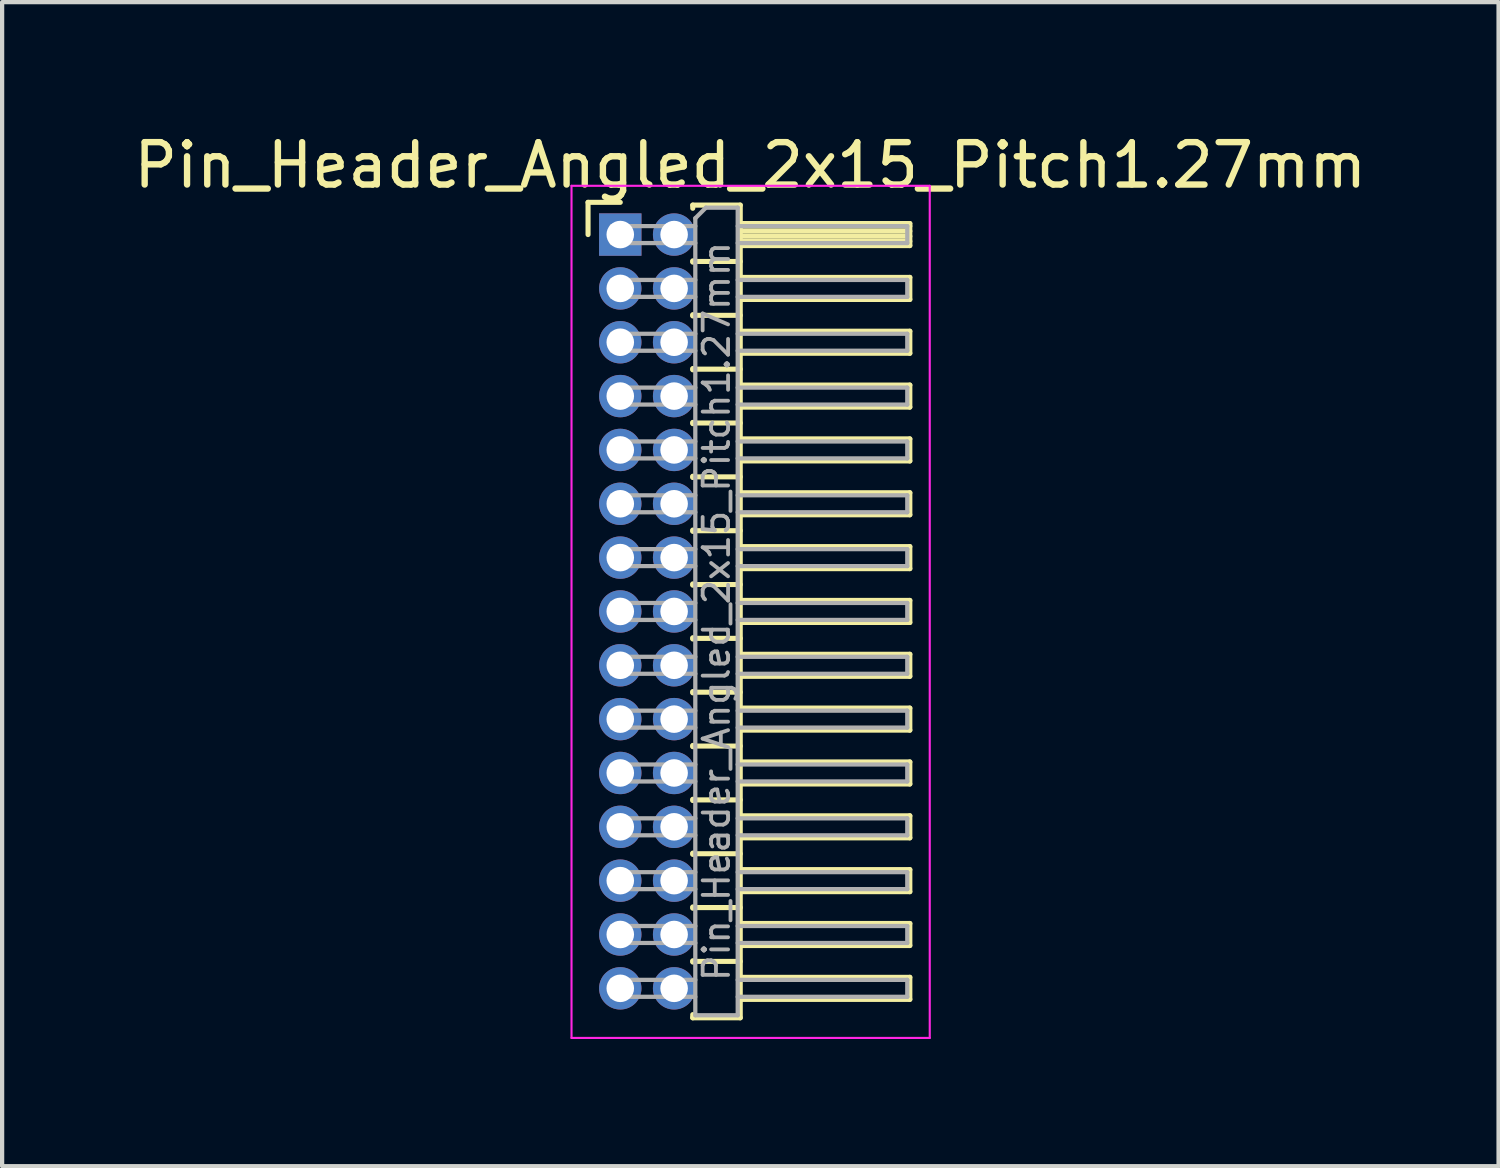
<source format=kicad_pcb>
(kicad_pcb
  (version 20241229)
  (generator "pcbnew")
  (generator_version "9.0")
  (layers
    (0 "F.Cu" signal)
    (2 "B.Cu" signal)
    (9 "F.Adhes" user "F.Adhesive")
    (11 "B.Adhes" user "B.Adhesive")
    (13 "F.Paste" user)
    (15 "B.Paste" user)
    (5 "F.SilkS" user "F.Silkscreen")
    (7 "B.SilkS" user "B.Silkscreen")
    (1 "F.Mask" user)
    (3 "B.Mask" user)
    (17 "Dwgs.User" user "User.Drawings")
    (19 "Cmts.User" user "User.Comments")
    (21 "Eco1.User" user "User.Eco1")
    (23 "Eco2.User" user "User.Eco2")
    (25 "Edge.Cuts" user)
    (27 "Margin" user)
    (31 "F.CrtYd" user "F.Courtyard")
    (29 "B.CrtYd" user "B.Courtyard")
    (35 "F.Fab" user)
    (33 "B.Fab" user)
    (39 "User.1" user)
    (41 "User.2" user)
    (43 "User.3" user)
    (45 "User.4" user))
  (footprint "Pin_Header_Angled_2x15_Pitch1.27mm"
    (layer "F.Cu")
    (at 11.581 2.483)
    (property "Reference" "Pin_Header_Angled_2x15_Pitch1.27mm" (at 3.067 -1.635 0) (layer "F.SilkS") (effects (font (size 1 1) (thickness 0.15))))
    (attr through_hole)
    (fp_line (start -0.76 -0.76) (end 0 -0.76) (stroke (width 0.12) (type solid)) (layer "F.SilkS"))
    (fp_line (start -0.76 0) (end -0.76 -0.76) (stroke (width 0.12) (type solid)) (layer "F.SilkS"))
    (fp_line (start 1.71 -0.695) (end 2.83 -0.695) (stroke (width 0.12) (type solid)) (layer "F.SilkS"))
    (fp_line (start 1.71 -0.62) (end 1.71 -0.695) (stroke (width 0.12) (type solid)) (layer "F.SilkS"))
    (fp_line (start 1.71 0.62) (end 1.71 0.65) (stroke (width 0.12) (type solid)) (layer "F.SilkS"))
    (fp_line (start 1.71 0.635) (end 2.83 0.635) (stroke (width 0.12) (type solid)) (layer "F.SilkS"))
    (fp_line (start 1.71 1.89) (end 1.71 1.92) (stroke (width 0.12) (type solid)) (layer "F.SilkS"))
    (fp_line (start 1.71 1.905) (end 2.83 1.905) (stroke (width 0.12) (type solid)) (layer "F.SilkS"))
    (fp_line (start 1.71 3.16) (end 1.71 3.19) (stroke (width 0.12) (type solid)) (layer "F.SilkS"))
    (fp_line (start 1.71 3.175) (end 2.83 3.175) (stroke (width 0.12) (type solid)) (layer "F.SilkS"))
    (fp_line (start 1.71 4.43) (end 1.71 4.46) (stroke (width 0.12) (type solid)) (layer "F.SilkS"))
    (fp_line (start 1.71 4.445) (end 2.83 4.445) (stroke (width 0.12) (type solid)) (layer "F.SilkS"))
    (fp_line (start 1.71 5.7) (end 1.71 5.73) (stroke (width 0.12) (type solid)) (layer "F.SilkS"))
    (fp_line (start 1.71 5.715) (end 2.83 5.715) (stroke (width 0.12) (type solid)) (layer "F.SilkS"))
    (fp_line (start 1.71 6.97) (end 1.71 7) (stroke (width 0.12) (type solid)) (layer "F.SilkS"))
    (fp_line (start 1.71 6.985) (end 2.83 6.985) (stroke (width 0.12) (type solid)) (layer "F.SilkS"))
    (fp_line (start 1.71 8.24) (end 1.71 8.27) (stroke (width 0.12) (type solid)) (layer "F.SilkS"))
    (fp_line (start 1.71 8.255) (end 2.83 8.255) (stroke (width 0.12) (type solid)) (layer "F.SilkS"))
    (fp_line (start 1.71 9.51) (end 1.71 9.54) (stroke (width 0.12) (type solid)) (layer "F.SilkS"))
    (fp_line (start 1.71 9.525) (end 2.83 9.525) (stroke (width 0.12) (type solid)) (layer "F.SilkS"))
    (fp_line (start 1.71 10.78) (end 1.71 10.81) (stroke (width 0.12) (type solid)) (layer "F.SilkS"))
    (fp_line (start 1.71 10.795) (end 2.83 10.795) (stroke (width 0.12) (type solid)) (layer "F.SilkS"))
    (fp_line (start 1.71 12.05) (end 1.71 12.08) (stroke (width 0.12) (type solid)) (layer "F.SilkS"))
    (fp_line (start 1.71 12.065) (end 2.83 12.065) (stroke (width 0.12) (type solid)) (layer "F.SilkS"))
    (fp_line (start 1.71 13.32) (end 1.71 13.35) (stroke (width 0.12) (type solid)) (layer "F.SilkS"))
    (fp_line (start 1.71 13.335) (end 2.83 13.335) (stroke (width 0.12) (type solid)) (layer "F.SilkS"))
    (fp_line (start 1.71 14.59) (end 1.71 14.62) (stroke (width 0.12) (type solid)) (layer "F.SilkS"))
    (fp_line (start 1.71 14.605) (end 2.83 14.605) (stroke (width 0.12) (type solid)) (layer "F.SilkS"))
    (fp_line (start 1.71 15.86) (end 1.71 15.89) (stroke (width 0.12) (type solid)) (layer "F.SilkS"))
    (fp_line (start 1.71 15.875) (end 2.83 15.875) (stroke (width 0.12) (type solid)) (layer "F.SilkS"))
    (fp_line (start 1.71 17.13) (end 1.71 17.16) (stroke (width 0.12) (type solid)) (layer "F.SilkS"))
    (fp_line (start 1.71 17.145) (end 2.83 17.145) (stroke (width 0.12) (type solid)) (layer "F.SilkS"))
    (fp_line (start 1.71 18.475) (end 1.71 18.4) (stroke (width 0.12) (type solid)) (layer "F.SilkS"))
    (fp_line (start 2.83 -0.695) (end 2.83 18.475) (stroke (width 0.12) (type solid)) (layer "F.SilkS"))
    (fp_line (start 2.83 -0.26) (end 6.83 -0.26) (stroke (width 0.12) (type solid)) (layer "F.SilkS"))
    (fp_line (start 2.83 -0.2) (end 6.83 -0.2) (stroke (width 0.12) (type solid)) (layer "F.SilkS"))
    (fp_line (start 2.83 -0.08) (end 6.83 -0.08) (stroke (width 0.12) (type solid)) (layer "F.SilkS"))
    (fp_line (start 2.83 0.04) (end 6.83 0.04) (stroke (width 0.12) (type solid)) (layer "F.SilkS"))
    (fp_line (start 2.83 0.16) (end 6.83 0.16) (stroke (width 0.12) (type solid)) (layer "F.SilkS"))
    (fp_line (start 2.83 1.01) (end 6.83 1.01) (stroke (width 0.12) (type solid)) (layer "F.SilkS"))
    (fp_line (start 2.83 2.28) (end 6.83 2.28) (stroke (width 0.12) (type solid)) (layer "F.SilkS"))
    (fp_line (start 2.83 3.55) (end 6.83 3.55) (stroke (width 0.12) (type solid)) (layer "F.SilkS"))
    (fp_line (start 2.83 4.82) (end 6.83 4.82) (stroke (width 0.12) (type solid)) (layer "F.SilkS"))
    (fp_line (start 2.83 6.09) (end 6.83 6.09) (stroke (width 0.12) (type solid)) (layer "F.SilkS"))
    (fp_line (start 2.83 7.36) (end 6.83 7.36) (stroke (width 0.12) (type solid)) (layer "F.SilkS"))
    (fp_line (start 2.83 8.63) (end 6.83 8.63) (stroke (width 0.12) (type solid)) (layer "F.SilkS"))
    (fp_line (start 2.83 9.9) (end 6.83 9.9) (stroke (width 0.12) (type solid)) (layer "F.SilkS"))
    (fp_line (start 2.83 11.17) (end 6.83 11.17) (stroke (width 0.12) (type solid)) (layer "F.SilkS"))
    (fp_line (start 2.83 12.44) (end 6.83 12.44) (stroke (width 0.12) (type solid)) (layer "F.SilkS"))
    (fp_line (start 2.83 13.71) (end 6.83 13.71) (stroke (width 0.12) (type solid)) (layer "F.SilkS"))
    (fp_line (start 2.83 14.98) (end 6.83 14.98) (stroke (width 0.12) (type solid)) (layer "F.SilkS"))
    (fp_line (start 2.83 16.25) (end 6.83 16.25) (stroke (width 0.12) (type solid)) (layer "F.SilkS"))
    (fp_line (start 2.83 17.52) (end 6.83 17.52) (stroke (width 0.12) (type solid)) (layer "F.SilkS"))
    (fp_line (start 2.83 18.475) (end 1.71 18.475) (stroke (width 0.12) (type solid)) (layer "F.SilkS"))
    (fp_line (start 6.83 -0.26) (end 6.83 0.26) (stroke (width 0.12) (type solid)) (layer "F.SilkS"))
    (fp_line (start 6.83 0.26) (end 2.83 0.26) (stroke (width 0.12) (type solid)) (layer "F.SilkS"))
    (fp_line (start 6.83 1.01) (end 6.83 1.53) (stroke (width 0.12) (type solid)) (layer "F.SilkS"))
    (fp_line (start 6.83 1.53) (end 2.83 1.53) (stroke (width 0.12) (type solid)) (layer "F.SilkS"))
    (fp_line (start 6.83 2.28) (end 6.83 2.8) (stroke (width 0.12) (type solid)) (layer "F.SilkS"))
    (fp_line (start 6.83 2.8) (end 2.83 2.8) (stroke (width 0.12) (type solid)) (layer "F.SilkS"))
    (fp_line (start 6.83 3.55) (end 6.83 4.07) (stroke (width 0.12) (type solid)) (layer "F.SilkS"))
    (fp_line (start 6.83 4.07) (end 2.83 4.07) (stroke (width 0.12) (type solid)) (layer "F.SilkS"))
    (fp_line (start 6.83 4.82) (end 6.83 5.34) (stroke (width 0.12) (type solid)) (layer "F.SilkS"))
    (fp_line (start 6.83 5.34) (end 2.83 5.34) (stroke (width 0.12) (type solid)) (layer "F.SilkS"))
    (fp_line (start 6.83 6.09) (end 6.83 6.61) (stroke (width 0.12) (type solid)) (layer "F.SilkS"))
    (fp_line (start 6.83 6.61) (end 2.83 6.61) (stroke (width 0.12) (type solid)) (layer "F.SilkS"))
    (fp_line (start 6.83 7.36) (end 6.83 7.88) (stroke (width 0.12) (type solid)) (layer "F.SilkS"))
    (fp_line (start 6.83 7.88) (end 2.83 7.88) (stroke (width 0.12) (type solid)) (layer "F.SilkS"))
    (fp_line (start 6.83 8.63) (end 6.83 9.15) (stroke (width 0.12) (type solid)) (layer "F.SilkS"))
    (fp_line (start 6.83 9.15) (end 2.83 9.15) (stroke (width 0.12) (type solid)) (layer "F.SilkS"))
    (fp_line (start 6.83 9.9) (end 6.83 10.42) (stroke (width 0.12) (type solid)) (layer "F.SilkS"))
    (fp_line (start 6.83 10.42) (end 2.83 10.42) (stroke (width 0.12) (type solid)) (layer "F.SilkS"))
    (fp_line (start 6.83 11.17) (end 6.83 11.69) (stroke (width 0.12) (type solid)) (layer "F.SilkS"))
    (fp_line (start 6.83 11.69) (end 2.83 11.69) (stroke (width 0.12) (type solid)) (layer "F.SilkS"))
    (fp_line (start 6.83 12.44) (end 6.83 12.96) (stroke (width 0.12) (type solid)) (layer "F.SilkS"))
    (fp_line (start 6.83 12.96) (end 2.83 12.96) (stroke (width 0.12) (type solid)) (layer "F.SilkS"))
    (fp_line (start 6.83 13.71) (end 6.83 14.23) (stroke (width 0.12) (type solid)) (layer "F.SilkS"))
    (fp_line (start 6.83 14.23) (end 2.83 14.23) (stroke (width 0.12) (type solid)) (layer "F.SilkS"))
    (fp_line (start 6.83 14.98) (end 6.83 15.5) (stroke (width 0.12) (type solid)) (layer "F.SilkS"))
    (fp_line (start 6.83 15.5) (end 2.83 15.5) (stroke (width 0.12) (type solid)) (layer "F.SilkS"))
    (fp_line (start 6.83 16.25) (end 6.83 16.77) (stroke (width 0.12) (type solid)) (layer "F.SilkS"))
    (fp_line (start 6.83 16.77) (end 2.83 16.77) (stroke (width 0.12) (type solid)) (layer "F.SilkS"))
    (fp_line (start 6.83 17.52) (end 6.83 18.04) (stroke (width 0.12) (type solid)) (layer "F.SilkS"))
    (fp_line (start 6.83 18.04) (end 2.83 18.04) (stroke (width 0.12) (type solid)) (layer "F.SilkS"))
    (fp_line (start -1.15 -1.15) (end -1.15 18.95) (stroke (width 0.05) (type solid)) (layer "F.CrtYd"))
    (fp_line (start -1.15 18.95) (end 7.3 18.95) (stroke (width 0.05) (type solid)) (layer "F.CrtYd"))
    (fp_line (start 7.3 -1.15) (end -1.15 -1.15) (stroke (width 0.05) (type solid)) (layer "F.CrtYd"))
    (fp_line (start 7.3 18.95) (end 7.3 -1.15) (stroke (width 0.05) (type solid)) (layer "F.CrtYd"))
    (fp_line (start -0.2 -0.2) (end -0.2 0.2) (stroke (width 0.1) (type solid)) (layer "F.Fab"))
    (fp_line (start -0.2 -0.2) (end 1.77 -0.2) (stroke (width 0.1) (type solid)) (layer "F.Fab"))
    (fp_line (start -0.2 0.2) (end 1.77 0.2) (stroke (width 0.1) (type solid)) (layer "F.Fab"))
    (fp_line (start -0.2 1.07) (end -0.2 1.47) (stroke (width 0.1) (type solid)) (layer "F.Fab"))
    (fp_line (start -0.2 1.07) (end 1.77 1.07) (stroke (width 0.1) (type solid)) (layer "F.Fab"))
    (fp_line (start -0.2 1.47) (end 1.77 1.47) (stroke (width 0.1) (type solid)) (layer "F.Fab"))
    (fp_line (start -0.2 2.34) (end -0.2 2.74) (stroke (width 0.1) (type solid)) (layer "F.Fab"))
    (fp_line (start -0.2 2.34) (end 1.77 2.34) (stroke (width 0.1) (type solid)) (layer "F.Fab"))
    (fp_line (start -0.2 2.74) (end 1.77 2.74) (stroke (width 0.1) (type solid)) (layer "F.Fab"))
    (fp_line (start -0.2 3.61) (end -0.2 4.01) (stroke (width 0.1) (type solid)) (layer "F.Fab"))
    (fp_line (start -0.2 3.61) (end 1.77 3.61) (stroke (width 0.1) (type solid)) (layer "F.Fab"))
    (fp_line (start -0.2 4.01) (end 1.77 4.01) (stroke (width 0.1) (type solid)) (layer "F.Fab"))
    (fp_line (start -0.2 4.88) (end -0.2 5.28) (stroke (width 0.1) (type solid)) (layer "F.Fab"))
    (fp_line (start -0.2 4.88) (end 1.77 4.88) (stroke (width 0.1) (type solid)) (layer "F.Fab"))
    (fp_line (start -0.2 5.28) (end 1.77 5.28) (stroke (width 0.1) (type solid)) (layer "F.Fab"))
    (fp_line (start -0.2 6.15) (end -0.2 6.55) (stroke (width 0.1) (type solid)) (layer "F.Fab"))
    (fp_line (start -0.2 6.15) (end 1.77 6.15) (stroke (width 0.1) (type solid)) (layer "F.Fab"))
    (fp_line (start -0.2 6.55) (end 1.77 6.55) (stroke (width 0.1) (type solid)) (layer "F.Fab"))
    (fp_line (start -0.2 7.42) (end -0.2 7.82) (stroke (width 0.1) (type solid)) (layer "F.Fab"))
    (fp_line (start -0.2 7.42) (end 1.77 7.42) (stroke (width 0.1) (type solid)) (layer "F.Fab"))
    (fp_line (start -0.2 7.82) (end 1.77 7.82) (stroke (width 0.1) (type solid)) (layer "F.Fab"))
    (fp_line (start -0.2 8.69) (end -0.2 9.09) (stroke (width 0.1) (type solid)) (layer "F.Fab"))
    (fp_line (start -0.2 8.69) (end 1.77 8.69) (stroke (width 0.1) (type solid)) (layer "F.Fab"))
    (fp_line (start -0.2 9.09) (end 1.77 9.09) (stroke (width 0.1) (type solid)) (layer "F.Fab"))
    (fp_line (start -0.2 9.96) (end -0.2 10.36) (stroke (width 0.1) (type solid)) (layer "F.Fab"))
    (fp_line (start -0.2 9.96) (end 1.77 9.96) (stroke (width 0.1) (type solid)) (layer "F.Fab"))
    (fp_line (start -0.2 10.36) (end 1.77 10.36) (stroke (width 0.1) (type solid)) (layer "F.Fab"))
    (fp_line (start -0.2 11.23) (end -0.2 11.63) (stroke (width 0.1) (type solid)) (layer "F.Fab"))
    (fp_line (start -0.2 11.23) (end 1.77 11.23) (stroke (width 0.1) (type solid)) (layer "F.Fab"))
    (fp_line (start -0.2 11.63) (end 1.77 11.63) (stroke (width 0.1) (type solid)) (layer "F.Fab"))
    (fp_line (start -0.2 12.5) (end -0.2 12.9) (stroke (width 0.1) (type solid)) (layer "F.Fab"))
    (fp_line (start -0.2 12.5) (end 1.77 12.5) (stroke (width 0.1) (type solid)) (layer "F.Fab"))
    (fp_line (start -0.2 12.9) (end 1.77 12.9) (stroke (width 0.1) (type solid)) (layer "F.Fab"))
    (fp_line (start -0.2 13.77) (end -0.2 14.17) (stroke (width 0.1) (type solid)) (layer "F.Fab"))
    (fp_line (start -0.2 13.77) (end 1.77 13.77) (stroke (width 0.1) (type solid)) (layer "F.Fab"))
    (fp_line (start -0.2 14.17) (end 1.77 14.17) (stroke (width 0.1) (type solid)) (layer "F.Fab"))
    (fp_line (start -0.2 15.04) (end -0.2 15.44) (stroke (width 0.1) (type solid)) (layer "F.Fab"))
    (fp_line (start -0.2 15.04) (end 1.77 15.04) (stroke (width 0.1) (type solid)) (layer "F.Fab"))
    (fp_line (start -0.2 15.44) (end 1.77 15.44) (stroke (width 0.1) (type solid)) (layer "F.Fab"))
    (fp_line (start -0.2 16.31) (end -0.2 16.71) (stroke (width 0.1) (type solid)) (layer "F.Fab"))
    (fp_line (start -0.2 16.31) (end 1.77 16.31) (stroke (width 0.1) (type solid)) (layer "F.Fab"))
    (fp_line (start -0.2 16.71) (end 1.77 16.71) (stroke (width 0.1) (type solid)) (layer "F.Fab"))
    (fp_line (start -0.2 17.58) (end -0.2 17.98) (stroke (width 0.1) (type solid)) (layer "F.Fab"))
    (fp_line (start -0.2 17.58) (end 1.77 17.58) (stroke (width 0.1) (type solid)) (layer "F.Fab"))
    (fp_line (start -0.2 17.98) (end 1.77 17.98) (stroke (width 0.1) (type solid)) (layer "F.Fab"))
    (fp_line (start 1.77 -0.385) (end 2.02 -0.635) (stroke (width 0.1) (type solid)) (layer "F.Fab"))
    (fp_line (start 1.77 18.415) (end 1.77 -0.385) (stroke (width 0.1) (type solid)) (layer "F.Fab"))
    (fp_line (start 2.02 -0.635) (end 2.77 -0.635) (stroke (width 0.1) (type solid)) (layer "F.Fab"))
    (fp_line (start 2.77 -0.635) (end 2.77 18.415) (stroke (width 0.1) (type solid)) (layer "F.Fab"))
    (fp_line (start 2.77 -0.2) (end 6.77 -0.2) (stroke (width 0.1) (type solid)) (layer "F.Fab"))
    (fp_line (start 2.77 0.2) (end 6.77 0.2) (stroke (width 0.1) (type solid)) (layer "F.Fab"))
    (fp_line (start 2.77 1.07) (end 6.77 1.07) (stroke (width 0.1) (type solid)) (layer "F.Fab"))
    (fp_line (start 2.77 1.47) (end 6.77 1.47) (stroke (width 0.1) (type solid)) (layer "F.Fab"))
    (fp_line (start 2.77 2.34) (end 6.77 2.34) (stroke (width 0.1) (type solid)) (layer "F.Fab"))
    (fp_line (start 2.77 2.74) (end 6.77 2.74) (stroke (width 0.1) (type solid)) (layer "F.Fab"))
    (fp_line (start 2.77 3.61) (end 6.77 3.61) (stroke (width 0.1) (type solid)) (layer "F.Fab"))
    (fp_line (start 2.77 4.01) (end 6.77 4.01) (stroke (width 0.1) (type solid)) (layer "F.Fab"))
    (fp_line (start 2.77 4.88) (end 6.77 4.88) (stroke (width 0.1) (type solid)) (layer "F.Fab"))
    (fp_line (start 2.77 5.28) (end 6.77 5.28) (stroke (width 0.1) (type solid)) (layer "F.Fab"))
    (fp_line (start 2.77 6.15) (end 6.77 6.15) (stroke (width 0.1) (type solid)) (layer "F.Fab"))
    (fp_line (start 2.77 6.55) (end 6.77 6.55) (stroke (width 0.1) (type solid)) (layer "F.Fab"))
    (fp_line (start 2.77 7.42) (end 6.77 7.42) (stroke (width 0.1) (type solid)) (layer "F.Fab"))
    (fp_line (start 2.77 7.82) (end 6.77 7.82) (stroke (width 0.1) (type solid)) (layer "F.Fab"))
    (fp_line (start 2.77 8.69) (end 6.77 8.69) (stroke (width 0.1) (type solid)) (layer "F.Fab"))
    (fp_line (start 2.77 9.09) (end 6.77 9.09) (stroke (width 0.1) (type solid)) (layer "F.Fab"))
    (fp_line (start 2.77 9.96) (end 6.77 9.96) (stroke (width 0.1) (type solid)) (layer "F.Fab"))
    (fp_line (start 2.77 10.36) (end 6.77 10.36) (stroke (width 0.1) (type solid)) (layer "F.Fab"))
    (fp_line (start 2.77 11.23) (end 6.77 11.23) (stroke (width 0.1) (type solid)) (layer "F.Fab"))
    (fp_line (start 2.77 11.63) (end 6.77 11.63) (stroke (width 0.1) (type solid)) (layer "F.Fab"))
    (fp_line (start 2.77 12.5) (end 6.77 12.5) (stroke (width 0.1) (type solid)) (layer "F.Fab"))
    (fp_line (start 2.77 12.9) (end 6.77 12.9) (stroke (width 0.1) (type solid)) (layer "F.Fab"))
    (fp_line (start 2.77 13.77) (end 6.77 13.77) (stroke (width 0.1) (type solid)) (layer "F.Fab"))
    (fp_line (start 2.77 14.17) (end 6.77 14.17) (stroke (width 0.1) (type solid)) (layer "F.Fab"))
    (fp_line (start 2.77 15.04) (end 6.77 15.04) (stroke (width 0.1) (type solid)) (layer "F.Fab"))
    (fp_line (start 2.77 15.44) (end 6.77 15.44) (stroke (width 0.1) (type solid)) (layer "F.Fab"))
    (fp_line (start 2.77 16.31) (end 6.77 16.31) (stroke (width 0.1) (type solid)) (layer "F.Fab"))
    (fp_line (start 2.77 16.71) (end 6.77 16.71) (stroke (width 0.1) (type solid)) (layer "F.Fab"))
    (fp_line (start 2.77 17.58) (end 6.77 17.58) (stroke (width 0.1) (type solid)) (layer "F.Fab"))
    (fp_line (start 2.77 17.98) (end 6.77 17.98) (stroke (width 0.1) (type solid)) (layer "F.Fab"))
    (fp_line (start 2.77 18.415) (end 1.77 18.415) (stroke (width 0.1) (type solid)) (layer "F.Fab"))
    (fp_line (start 6.77 -0.2) (end 6.77 0.2) (stroke (width 0.1) (type solid)) (layer "F.Fab"))
    (fp_line (start 6.77 1.07) (end 6.77 1.47) (stroke (width 0.1) (type solid)) (layer "F.Fab"))
    (fp_line (start 6.77 2.34) (end 6.77 2.74) (stroke (width 0.1) (type solid)) (layer "F.Fab"))
    (fp_line (start 6.77 3.61) (end 6.77 4.01) (stroke (width 0.1) (type solid)) (layer "F.Fab"))
    (fp_line (start 6.77 4.88) (end 6.77 5.28) (stroke (width 0.1) (type solid)) (layer "F.Fab"))
    (fp_line (start 6.77 6.15) (end 6.77 6.55) (stroke (width 0.1) (type solid)) (layer "F.Fab"))
    (fp_line (start 6.77 7.42) (end 6.77 7.82) (stroke (width 0.1) (type solid)) (layer "F.Fab"))
    (fp_line (start 6.77 8.69) (end 6.77 9.09) (stroke (width 0.1) (type solid)) (layer "F.Fab"))
    (fp_line (start 6.77 9.96) (end 6.77 10.36) (stroke (width 0.1) (type solid)) (layer "F.Fab"))
    (fp_line (start 6.77 11.23) (end 6.77 11.63) (stroke (width 0.1) (type solid)) (layer "F.Fab"))
    (fp_line (start 6.77 12.5) (end 6.77 12.9) (stroke (width 0.1) (type solid)) (layer "F.Fab"))
    (fp_line (start 6.77 13.77) (end 6.77 14.17) (stroke (width 0.1) (type solid)) (layer "F.Fab"))
    (fp_line (start 6.77 15.04) (end 6.77 15.44) (stroke (width 0.1) (type solid)) (layer "F.Fab"))
    (fp_line (start 6.77 16.31) (end 6.77 16.71) (stroke (width 0.1) (type solid)) (layer "F.Fab"))
    (fp_line (start 6.77 17.58) (end 6.77 17.98) (stroke (width 0.1) (type solid)) (layer "F.Fab"))
    (fp_text user "${REFERENCE}" (at 2.27 8.89 90) (layer "F.Fab") (effects (font (size 0.6 0.6) (thickness 0.09))))
    (pad "1" thru_hole rect (at 0 0) (size 1 1) (drill 0.65) (layers "*.Cu" "*.Mask"))
    (pad "2" thru_hole oval (at 1.27 0) (size 1 1) (drill 0.65) (layers "*.Cu" "*.Mask"))
    (pad "3" thru_hole oval (at 0 1.27) (size 1 1) (drill 0.65) (layers "*.Cu" "*.Mask"))
    (pad "4" thru_hole oval (at 1.27 1.27) (size 1 1) (drill 0.65) (layers "*.Cu" "*.Mask"))
    (pad "5" thru_hole oval (at 0 2.54) (size 1 1) (drill 0.65) (layers "*.Cu" "*.Mask"))
    (pad "6" thru_hole oval (at 1.27 2.54) (size 1 1) (drill 0.65) (layers "*.Cu" "*.Mask"))
    (pad "7" thru_hole oval (at 0 3.81) (size 1 1) (drill 0.65) (layers "*.Cu" "*.Mask"))
    (pad "8" thru_hole oval (at 1.27 3.81) (size 1 1) (drill 0.65) (layers "*.Cu" "*.Mask"))
    (pad "9" thru_hole oval (at 0 5.08) (size 1 1) (drill 0.65) (layers "*.Cu" "*.Mask"))
    (pad "10" thru_hole oval (at 1.27 5.08) (size 1 1) (drill 0.65) (layers "*.Cu" "*.Mask"))
    (pad "11" thru_hole oval (at 0 6.35) (size 1 1) (drill 0.65) (layers "*.Cu" "*.Mask"))
    (pad "12" thru_hole oval (at 1.27 6.35) (size 1 1) (drill 0.65) (layers "*.Cu" "*.Mask"))
    (pad "13" thru_hole oval (at 0 7.62) (size 1 1) (drill 0.65) (layers "*.Cu" "*.Mask"))
    (pad "14" thru_hole oval (at 1.27 7.62) (size 1 1) (drill 0.65) (layers "*.Cu" "*.Mask"))
    (pad "15" thru_hole oval (at 0 8.89) (size 1 1) (drill 0.65) (layers "*.Cu" "*.Mask"))
    (pad "16" thru_hole oval (at 1.27 8.89) (size 1 1) (drill 0.65) (layers "*.Cu" "*.Mask"))
    (pad "17" thru_hole oval (at 0 10.16) (size 1 1) (drill 0.65) (layers "*.Cu" "*.Mask"))
    (pad "18" thru_hole oval (at 1.27 10.16) (size 1 1) (drill 0.65) (layers "*.Cu" "*.Mask"))
    (pad "19" thru_hole oval (at 0 11.43) (size 1 1) (drill 0.65) (layers "*.Cu" "*.Mask"))
    (pad "20" thru_hole oval (at 1.27 11.43) (size 1 1) (drill 0.65) (layers "*.Cu" "*.Mask"))
    (pad "21" thru_hole oval (at 0 12.7) (size 1 1) (drill 0.65) (layers "*.Cu" "*.Mask"))
    (pad "22" thru_hole oval (at 1.27 12.7) (size 1 1) (drill 0.65) (layers "*.Cu" "*.Mask"))
    (pad "23" thru_hole oval (at 0 13.97) (size 1 1) (drill 0.65) (layers "*.Cu" "*.Mask"))
    (pad "24" thru_hole oval (at 1.27 13.97) (size 1 1) (drill 0.65) (layers "*.Cu" "*.Mask"))
    (pad "25" thru_hole oval (at 0 15.24) (size 1 1) (drill 0.65) (layers "*.Cu" "*.Mask"))
    (pad "26" thru_hole oval (at 1.27 15.24) (size 1 1) (drill 0.65) (layers "*.Cu" "*.Mask"))
    (pad "27" thru_hole oval (at 0 16.51) (size 1 1) (drill 0.65) (layers "*.Cu" "*.Mask"))
    (pad "28" thru_hole oval (at 1.27 16.51) (size 1 1) (drill 0.65) (layers "*.Cu" "*.Mask"))
    (pad "29" thru_hole oval (at 0 17.78) (size 1 1) (drill 0.65) (layers "*.Cu" "*.Mask"))
    (pad "30" thru_hole oval (at 1.27 17.78) (size 1 1) (drill 0.65) (layers "*.Cu" "*.Mask")))
  (gr_rect
    (start -3 -3)
    (end 32.298 24.458)
    (stroke (width 0.1) (type default))
    (fill no)
    (layer "Edge.Cuts")))
</source>
